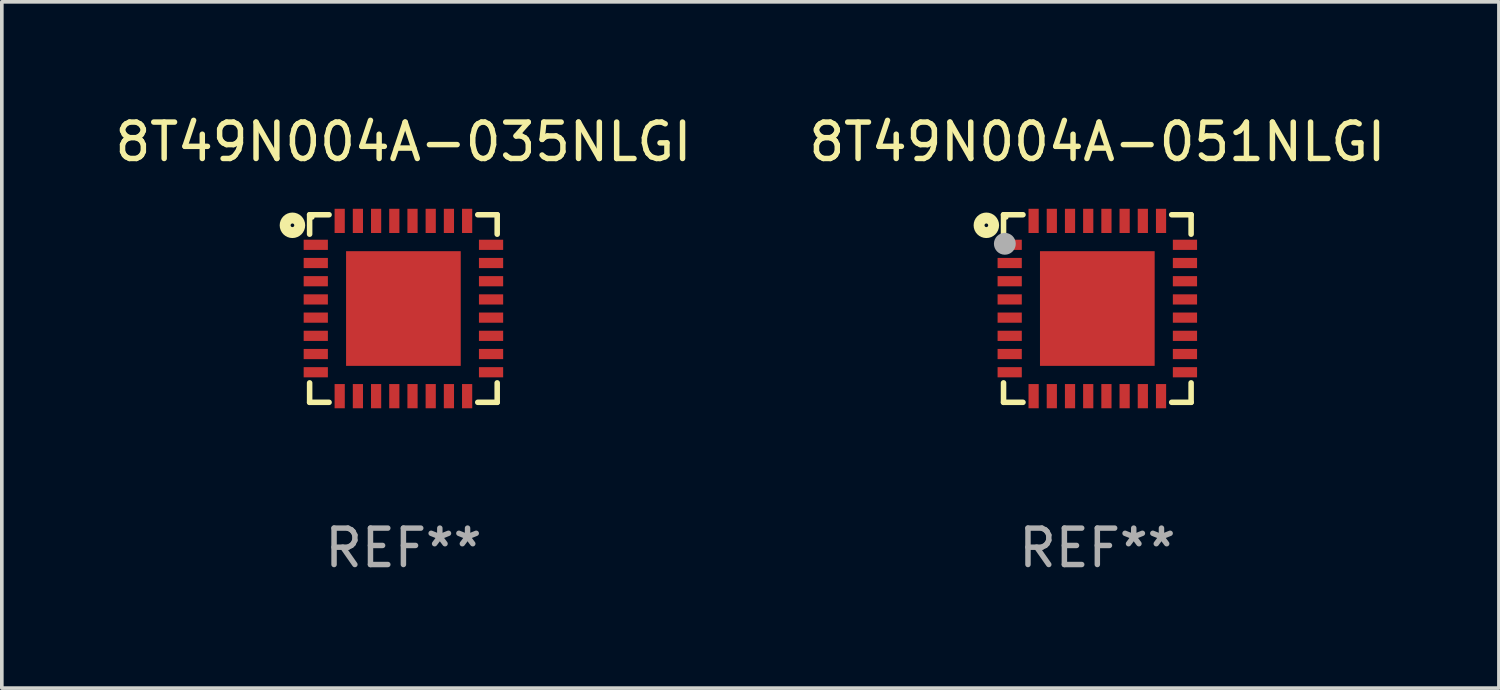
<source format=kicad_pcb>
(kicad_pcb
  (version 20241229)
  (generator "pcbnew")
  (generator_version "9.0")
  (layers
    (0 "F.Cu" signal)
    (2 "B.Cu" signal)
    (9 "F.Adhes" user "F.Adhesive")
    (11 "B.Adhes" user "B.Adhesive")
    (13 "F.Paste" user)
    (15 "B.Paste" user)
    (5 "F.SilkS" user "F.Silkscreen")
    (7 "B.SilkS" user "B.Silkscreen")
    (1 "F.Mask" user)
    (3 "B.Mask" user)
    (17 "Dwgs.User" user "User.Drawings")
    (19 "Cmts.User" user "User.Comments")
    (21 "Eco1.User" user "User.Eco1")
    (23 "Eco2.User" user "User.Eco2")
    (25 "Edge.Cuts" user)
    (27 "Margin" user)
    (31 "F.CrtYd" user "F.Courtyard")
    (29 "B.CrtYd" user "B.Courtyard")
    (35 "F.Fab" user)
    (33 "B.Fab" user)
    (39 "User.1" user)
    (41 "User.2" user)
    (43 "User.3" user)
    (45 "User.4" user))
  (footprint "8T49N004A-035NLGI"
    (layer "F.Cu")
    (at 8.03 5.424)
    (property "Reference" "8T49N004A-035NLGI" (at 0 -4.576 0) (layer "F.SilkS") (effects (font (size 1 1) (thickness 0.15))))
    (attr through_hole)
    (fp_line (start -2.576 -2.576) (end -2.042 -2.576) (stroke (width 0.152) (type solid)) (layer "F.SilkS"))
    (fp_line (start -2.576 -2.042) (end -2.576 -2.576) (stroke (width 0.152) (type solid)) (layer "F.SilkS"))
    (fp_line (start -2.576 2.042) (end -2.576 2.576) (stroke (width 0.152) (type solid)) (layer "F.SilkS"))
    (fp_line (start -2.576 2.576) (end -2.042 2.576) (stroke (width 0.152) (type solid)) (layer "F.SilkS"))
    (fp_line (start 2.576 -2.576) (end 2.042 -2.576) (stroke (width 0.152) (type solid)) (layer "F.SilkS"))
    (fp_line (start 2.576 -2.042) (end 2.576 -2.576) (stroke (width 0.152) (type solid)) (layer "F.SilkS"))
    (fp_line (start 2.576 2.042) (end 2.576 2.576) (stroke (width 0.152) (type solid)) (layer "F.SilkS"))
    (fp_line (start 2.576 2.576) (end 2.042 2.576) (stroke (width 0.152) (type solid)) (layer "F.SilkS"))
    (fp_circle (center -3.048 -2.286) (end -2.848 -2.286) (stroke (width 0.3) (type solid)) (fill no) (layer "F.SilkS"))
    (fp_circle (center -2.5 -2.5) (end -2.47 -2.5) (stroke (width 0.06) (type solid)) (fill no) (layer "F.SilkS"))
    (fp_text user "REF**" (at 0 6.576 0) (layer "F.Fab") (effects (font (size 1 1) (thickness 0.15))))
    (pad "1" smd rect (at -2.407 -1.75) (size 0.665 0.28) (layers "F.Cu" "F.Mask" "F.Paste"))
    (pad "2" smd rect (at -2.407 -1.25) (size 0.665 0.28) (layers "F.Cu" "F.Mask" "F.Paste"))
    (pad "3" smd rect (at -2.407 -0.75) (size 0.665 0.28) (layers "F.Cu" "F.Mask" "F.Paste"))
    (pad "4" smd rect (at -2.407 -0.25) (size 0.665 0.28) (layers "F.Cu" "F.Mask" "F.Paste"))
    (pad "5" smd rect (at -2.407 0.25) (size 0.665 0.28) (layers "F.Cu" "F.Mask" "F.Paste"))
    (pad "6" smd rect (at -2.407 0.75) (size 0.665 0.28) (layers "F.Cu" "F.Mask" "F.Paste"))
    (pad "7" smd rect (at -2.407 1.25) (size 0.665 0.28) (layers "F.Cu" "F.Mask" "F.Paste"))
    (pad "8" smd rect (at -2.407 1.75) (size 0.665 0.28) (layers "F.Cu" "F.Mask" "F.Paste"))
    (pad "9" smd rect (at -1.75 2.407) (size 0.28 0.665) (layers "F.Cu" "F.Mask" "F.Paste"))
    (pad "10" smd rect (at -1.25 2.407) (size 0.28 0.665) (layers "F.Cu" "F.Mask" "F.Paste"))
    (pad "11" smd rect (at -0.75 2.407) (size 0.28 0.665) (layers "F.Cu" "F.Mask" "F.Paste"))
    (pad "12" smd rect (at -0.25 2.407) (size 0.28 0.665) (layers "F.Cu" "F.Mask" "F.Paste"))
    (pad "13" smd rect (at 0.25 2.407) (size 0.28 0.665) (layers "F.Cu" "F.Mask" "F.Paste"))
    (pad "14" smd rect (at 0.75 2.407) (size 0.28 0.665) (layers "F.Cu" "F.Mask" "F.Paste"))
    (pad "15" smd rect (at 1.25 2.407) (size 0.28 0.665) (layers "F.Cu" "F.Mask" "F.Paste"))
    (pad "16" smd rect (at 1.75 2.407) (size 0.28 0.665) (layers "F.Cu" "F.Mask" "F.Paste"))
    (pad "17" smd rect (at 2.407 1.75) (size 0.665 0.28) (layers "F.Cu" "F.Mask" "F.Paste"))
    (pad "18" smd rect (at 2.407 1.25) (size 0.665 0.28) (layers "F.Cu" "F.Mask" "F.Paste"))
    (pad "19" smd rect (at 2.407 0.75) (size 0.665 0.28) (layers "F.Cu" "F.Mask" "F.Paste"))
    (pad "20" smd rect (at 2.407 0.25) (size 0.665 0.28) (layers "F.Cu" "F.Mask" "F.Paste"))
    (pad "21" smd rect (at 2.407 -0.25) (size 0.665 0.28) (layers "F.Cu" "F.Mask" "F.Paste"))
    (pad "22" smd rect (at 2.407 -0.75) (size 0.665 0.28) (layers "F.Cu" "F.Mask" "F.Paste"))
    (pad "23" smd rect (at 2.407 -1.25) (size 0.665 0.28) (layers "F.Cu" "F.Mask" "F.Paste"))
    (pad "24" smd rect (at 2.407 -1.75) (size 0.665 0.28) (layers "F.Cu" "F.Mask" "F.Paste"))
    (pad "25" smd rect (at 1.75 -2.407) (size 0.28 0.665) (layers "F.Cu" "F.Mask" "F.Paste"))
    (pad "26" smd rect (at 1.25 -2.407) (size 0.28 0.665) (layers "F.Cu" "F.Mask" "F.Paste"))
    (pad "27" smd rect (at 0.75 -2.407) (size 0.28 0.665) (layers "F.Cu" "F.Mask" "F.Paste"))
    (pad "28" smd rect (at 0.25 -2.407) (size 0.28 0.665) (layers "F.Cu" "F.Mask" "F.Paste"))
    (pad "29" smd rect (at -0.25 -2.407) (size 0.28 0.665) (layers "F.Cu" "F.Mask" "F.Paste"))
    (pad "30" smd rect (at -0.75 -2.407) (size 0.28 0.665) (layers "F.Cu" "F.Mask" "F.Paste"))
    (pad "31" smd rect (at -1.25 -2.407) (size 0.28 0.665) (layers "F.Cu" "F.Mask" "F.Paste"))
    (pad "32" smd rect (at -1.75 -2.407) (size 0.28 0.665) (layers "F.Cu" "F.Mask" "F.Paste"))
    (pad "33" smd rect (at 0 0) (size 3.15 3.15) (layers "F.Cu" "F.Mask" "F.Paste")))
  (footprint "8T49N004A-051NLGI"
    (layer "F.Cu")
    (at 27.089 5.424)
    (property "Reference" "8T49N004A-051NLGI" (at 0 -4.576 0) (layer "F.SilkS") (effects (font (size 1 1) (thickness 0.15))))
    (attr through_hole)
    (fp_line (start -2.576 -2.576) (end -2.042 -2.576) (stroke (width 0.152) (type solid)) (layer "F.SilkS"))
    (fp_line (start -2.576 -2.042) (end -2.576 -2.576) (stroke (width 0.152) (type solid)) (layer "F.SilkS"))
    (fp_line (start -2.576 2.042) (end -2.576 2.576) (stroke (width 0.152) (type solid)) (layer "F.SilkS"))
    (fp_line (start -2.576 2.576) (end -2.042 2.576) (stroke (width 0.152) (type solid)) (layer "F.SilkS"))
    (fp_line (start 2.576 -2.576) (end 2.042 -2.576) (stroke (width 0.152) (type solid)) (layer "F.SilkS"))
    (fp_line (start 2.576 -2.042) (end 2.576 -2.576) (stroke (width 0.152) (type solid)) (layer "F.SilkS"))
    (fp_line (start 2.576 2.042) (end 2.576 2.576) (stroke (width 0.152) (type solid)) (layer "F.SilkS"))
    (fp_line (start 2.576 2.576) (end 2.042 2.576) (stroke (width 0.152) (type solid)) (layer "F.SilkS"))
    (fp_circle (center -3.048 -2.286) (end -2.848 -2.286) (stroke (width 0.3) (type solid)) (fill no) (layer "F.SilkS"))
    (fp_circle (center -2.5 -2.5) (end -2.47 -2.5) (stroke (width 0.06) (type solid)) (fill no) (layer "F.SilkS"))
    (fp_circle (center -2.54 -1.778) (end -2.39 -1.778) (stroke (width 0.3) (type solid)) (fill no) (layer "F.Fab"))
    (fp_text user "REF**" (at 0 6.576 0) (layer "F.Fab") (effects (font (size 1 1) (thickness 0.15))))
    (pad "1" smd rect (at -2.407 -1.75) (size 0.665 0.28) (layers "F.Cu" "F.Mask" "F.Paste"))
    (pad "2" smd rect (at -2.407 -1.25) (size 0.665 0.28) (layers "F.Cu" "F.Mask" "F.Paste"))
    (pad "3" smd rect (at -2.407 -0.75) (size 0.665 0.28) (layers "F.Cu" "F.Mask" "F.Paste"))
    (pad "4" smd rect (at -2.407 -0.25) (size 0.665 0.28) (layers "F.Cu" "F.Mask" "F.Paste"))
    (pad "5" smd rect (at -2.407 0.25) (size 0.665 0.28) (layers "F.Cu" "F.Mask" "F.Paste"))
    (pad "6" smd rect (at -2.407 0.75) (size 0.665 0.28) (layers "F.Cu" "F.Mask" "F.Paste"))
    (pad "7" smd rect (at -2.407 1.25) (size 0.665 0.28) (layers "F.Cu" "F.Mask" "F.Paste"))
    (pad "8" smd rect (at -2.407 1.75) (size 0.665 0.28) (layers "F.Cu" "F.Mask" "F.Paste"))
    (pad "9" smd rect (at -1.75 2.407) (size 0.28 0.665) (layers "F.Cu" "F.Mask" "F.Paste"))
    (pad "10" smd rect (at -1.25 2.407) (size 0.28 0.665) (layers "F.Cu" "F.Mask" "F.Paste"))
    (pad "11" smd rect (at -0.75 2.407) (size 0.28 0.665) (layers "F.Cu" "F.Mask" "F.Paste"))
    (pad "12" smd rect (at -0.25 2.407) (size 0.28 0.665) (layers "F.Cu" "F.Mask" "F.Paste"))
    (pad "13" smd rect (at 0.25 2.407) (size 0.28 0.665) (layers "F.Cu" "F.Mask" "F.Paste"))
    (pad "14" smd rect (at 0.75 2.407) (size 0.28 0.665) (layers "F.Cu" "F.Mask" "F.Paste"))
    (pad "15" smd rect (at 1.25 2.407) (size 0.28 0.665) (layers "F.Cu" "F.Mask" "F.Paste"))
    (pad "16" smd rect (at 1.75 2.407) (size 0.28 0.665) (layers "F.Cu" "F.Mask" "F.Paste"))
    (pad "17" smd rect (at 2.407 1.75) (size 0.665 0.28) (layers "F.Cu" "F.Mask" "F.Paste"))
    (pad "18" smd rect (at 2.407 1.25) (size 0.665 0.28) (layers "F.Cu" "F.Mask" "F.Paste"))
    (pad "19" smd rect (at 2.407 0.75) (size 0.665 0.28) (layers "F.Cu" "F.Mask" "F.Paste"))
    (pad "20" smd rect (at 2.407 0.25) (size 0.665 0.28) (layers "F.Cu" "F.Mask" "F.Paste"))
    (pad "21" smd rect (at 2.407 -0.25) (size 0.665 0.28) (layers "F.Cu" "F.Mask" "F.Paste"))
    (pad "22" smd rect (at 2.407 -0.75) (size 0.665 0.28) (layers "F.Cu" "F.Mask" "F.Paste"))
    (pad "23" smd rect (at 2.407 -1.25) (size 0.665 0.28) (layers "F.Cu" "F.Mask" "F.Paste"))
    (pad "24" smd rect (at 2.407 -1.75) (size 0.665 0.28) (layers "F.Cu" "F.Mask" "F.Paste"))
    (pad "25" smd rect (at 1.75 -2.407) (size 0.28 0.665) (layers "F.Cu" "F.Mask" "F.Paste"))
    (pad "26" smd rect (at 1.25 -2.407) (size 0.28 0.665) (layers "F.Cu" "F.Mask" "F.Paste"))
    (pad "27" smd rect (at 0.75 -2.407) (size 0.28 0.665) (layers "F.Cu" "F.Mask" "F.Paste"))
    (pad "28" smd rect (at 0.25 -2.407) (size 0.28 0.665) (layers "F.Cu" "F.Mask" "F.Paste"))
    (pad "29" smd rect (at -0.25 -2.407) (size 0.28 0.665) (layers "F.Cu" "F.Mask" "F.Paste"))
    (pad "30" smd rect (at -0.75 -2.407) (size 0.28 0.665) (layers "F.Cu" "F.Mask" "F.Paste"))
    (pad "31" smd rect (at -1.25 -2.407) (size 0.28 0.665) (layers "F.Cu" "F.Mask" "F.Paste"))
    (pad "32" smd rect (at -1.75 -2.407) (size 0.28 0.665) (layers "F.Cu" "F.Mask" "F.Paste"))
    (pad "33" smd rect (at 0 0) (size 3.15 3.15) (layers "F.Cu" "F.Mask" "F.Paste")))
  (gr_rect
    (start -3 -3)
    (end 38.119 15.849)
    (stroke (width 0.1) (type default))
    (fill no)
    (layer "Edge.Cuts")))
</source>
